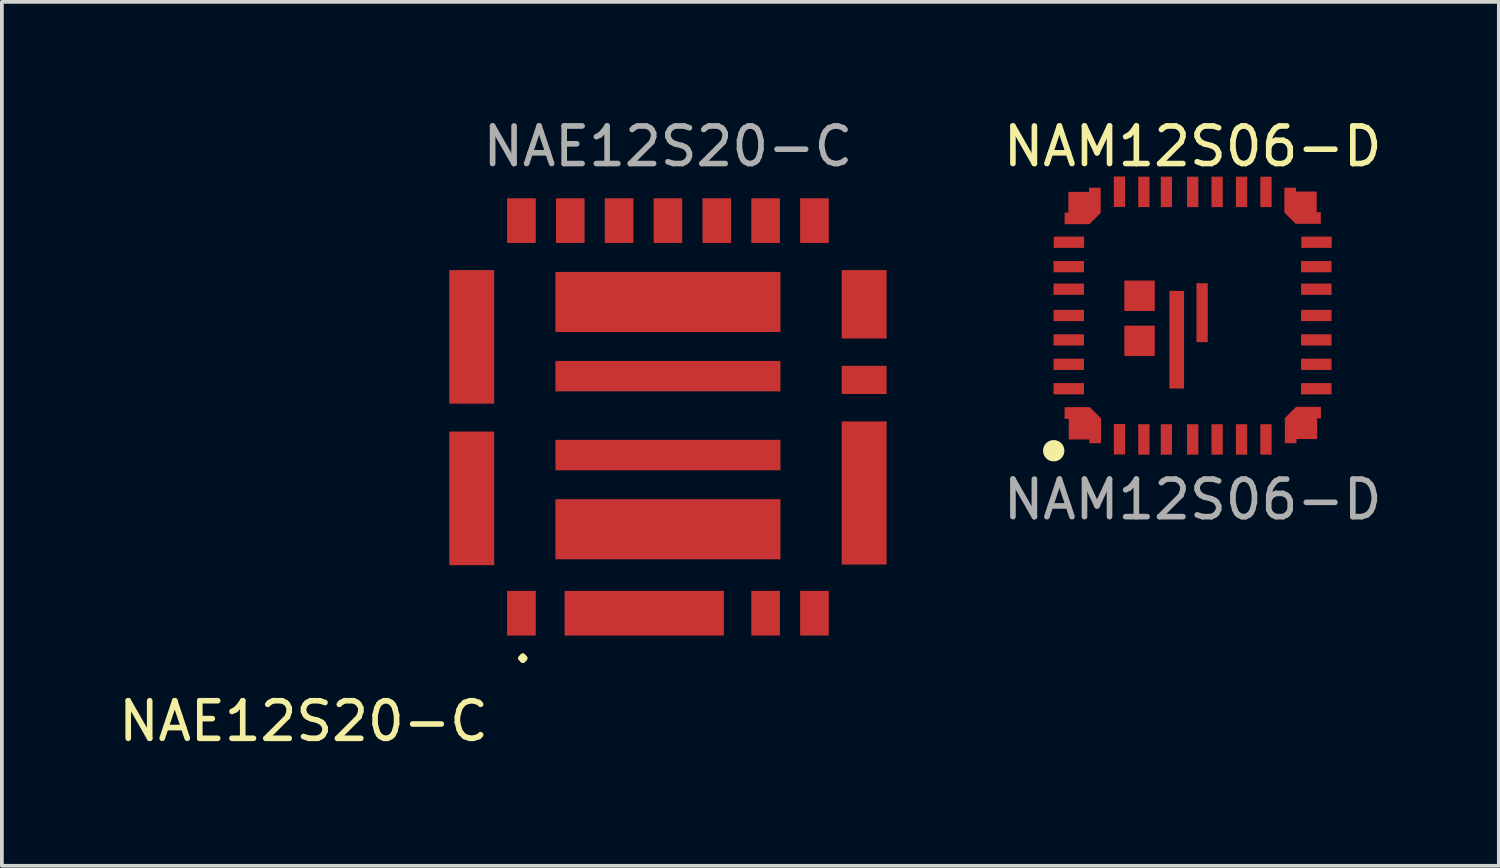
<source format=kicad_pcb>
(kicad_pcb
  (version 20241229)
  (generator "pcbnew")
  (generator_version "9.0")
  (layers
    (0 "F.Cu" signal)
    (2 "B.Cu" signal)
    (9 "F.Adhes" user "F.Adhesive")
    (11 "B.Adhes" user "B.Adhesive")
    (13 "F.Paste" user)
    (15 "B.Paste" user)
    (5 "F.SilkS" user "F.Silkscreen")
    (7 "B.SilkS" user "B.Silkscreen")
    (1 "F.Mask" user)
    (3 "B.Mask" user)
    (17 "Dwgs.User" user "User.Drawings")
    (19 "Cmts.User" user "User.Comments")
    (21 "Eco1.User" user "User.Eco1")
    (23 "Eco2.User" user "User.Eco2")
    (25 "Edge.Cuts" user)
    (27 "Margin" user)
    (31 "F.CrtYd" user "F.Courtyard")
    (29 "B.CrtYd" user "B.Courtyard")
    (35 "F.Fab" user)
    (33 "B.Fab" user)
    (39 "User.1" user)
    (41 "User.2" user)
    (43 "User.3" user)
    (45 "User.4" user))
  (footprint "NAE12S20-C"
    (layer "F.Cu")
    (at 14.73 8.048)
    (property "Reference" "NAE12S20-C" (at -9.7 8.1 0) (unlocked yes) (layer "F.SilkS") (effects (font (size 1 1) (thickness 0.15))))
    (attr smd)
    (fp_text user "." (at -4.2 6.6 0) (unlocked yes) (layer "F.SilkS") (effects (font (size 1 1) (thickness 0.15)) (justify left bottom)))
    (fp_text user "${REFERENCE}" (at 0 -7.2 0) (unlocked yes) (layer "F.Fab") (effects (font (size 1 1) (thickness 0.15))))
    (pad "1" smd rect (at -3.9 5.225) (size 0.762 1.19) (layers "F.Cu" "F.Mask" "F.Paste"))
    (pad "2" smd rect (at -0.631 5.225) (size 4.24 1.19) (layers "F.Cu" "F.Mask" "F.Paste"))
    (pad "3" smd rect (at 2.6 5.225) (size 0.762 1.19) (layers "F.Cu" "F.Mask" "F.Paste"))
    (pad "4" smd rect (at 3.9 5.225) (size 0.762 1.19) (layers "F.Cu" "F.Mask" "F.Paste"))
    (pad "5" smd rect (at 5.223 2.025) (size 1.195 3.81) (layers "F.Cu" "F.Mask" "F.Paste"))
    (pad "6" smd rect (at 5.223 -0.985) (size 1.195 0.751) (layers "F.Cu" "F.Mask" "F.Paste"))
    (pad "7" smd rect (at 5.223 -2.998) (size 1.195 1.82) (layers "F.Cu" "F.Mask" "F.Paste"))
    (pad "8" smd rect (at 3.9 -5.225) (size 0.762 1.19) (layers "F.Cu" "F.Mask" "F.Paste"))
    (pad "9" smd rect (at 2.6 -5.225) (size 0.762 1.19) (layers "F.Cu" "F.Mask" "F.Paste"))
    (pad "10" smd rect (at 1.3 -5.225) (size 0.762 1.19) (layers "F.Cu" "F.Mask" "F.Paste"))
    (pad "11" smd rect (at 0 -5.225) (size 0.762 1.19) (layers "F.Cu" "F.Mask" "F.Paste"))
    (pad "12" smd rect (at -1.3 -5.225) (size 0.762 1.19) (layers "F.Cu" "F.Mask" "F.Paste"))
    (pad "13" smd rect (at -2.6 -5.225) (size 0.762 1.19) (layers "F.Cu" "F.Mask" "F.Paste"))
    (pad "14" smd rect (at -3.9 -5.225) (size 0.762 1.19) (layers "F.Cu" "F.Mask" "F.Paste"))
    (pad "15" smd rect (at -5.223 -2.131) (size 1.195 3.556) (layers "F.Cu" "F.Mask" "F.Paste"))
    (pad "16" smd rect (at -5.223 2.168) (size 1.195 3.556) (layers "F.Cu" "F.Mask" "F.Paste"))
    (pad "17" smd rect (at 0 2.99) (size 5.99 1.6) (layers "F.Cu" "F.Mask" "F.Paste"))
    (pad "18" smd rect (at 0 1.015) (size 5.99 0.81) (layers "F.Cu" "F.Mask" "F.Paste"))
    (pad "19" smd rect (at 0 -1.085) (size 5.99 0.81) (layers "F.Cu" "F.Mask" "F.Paste"))
    (pad "20" smd rect (at 0 -3.06) (size 5.99 1.6) (layers "F.Cu" "F.Mask" "F.Paste")))
  (footprint "NAM12S06-D"
    (layer "F.Cu")
    (at 28.699 5.348)
    (property "Reference" "NAM12S06-D" (at 0 -4.5 0) (unlocked yes) (layer "F.SilkS") (effects (font (size 1 1) (thickness 0.15))))
    (attr smd)
    (fp_circle (center -3.7 3.6) (end -3.476 3.6) (stroke (width 0.12) (type solid)) (fill yes) (layer "F.SilkS"))
    (fp_text user "${REFERENCE}" (at 0 4.9 0) (unlocked yes) (layer "F.Fab") (effects (font (size 1 1) (thickness 0.15))))
    (pad "1" smd custom (at -2.925 2.87) (size 0.5 0.5) (layers "F.Cu" "F.Mask" "F.Paste") (options (anchor rect)) (primitives (gr_poly (pts (xy 0.485 0.53) (xy 0.485 -0.13) (xy 0.185 -0.43) (xy -0.485 -0.43) (xy -0.485 -0.12) (xy -0.375 -0.12) (xy -0.375 0.43) (xy 0.175 0.43) (xy 0.175 0.53)) (width 0) (fill yes))))
    (pad "2" smd rect (at -1.95 3.295) (size 0.3 0.81) (layers "F.Cu" "F.Mask" "F.Paste"))
    (pad "3" smd rect (at -1.3 3.3) (size 0.3 0.81) (layers "F.Cu" "F.Mask" "F.Paste"))
    (pad "4" smd rect (at -0.7 3.3) (size 0.3 0.81) (layers "F.Cu" "F.Mask" "F.Paste"))
    (pad "5" smd rect (at 0 3.3) (size 0.3 0.81) (layers "F.Cu" "F.Mask" "F.Paste"))
    (pad "6" smd rect (at 0.65 3.3) (size 0.3 0.81) (layers "F.Cu" "F.Mask" "F.Paste"))
    (pad "7" smd rect (at 1.3 3.3) (size 0.3 0.81) (layers "F.Cu" "F.Mask" "F.Paste"))
    (pad "8" smd rect (at 1.95 3.3) (size 0.3 0.81) (layers "F.Cu" "F.Mask" "F.Paste"))
    (pad "9" smd custom (at 2.883 2.915 90) (size 0.5 0.5) (layers "F.Cu" "F.Mask" "F.Paste") (options (anchor rect)) (primitives (gr_poly (pts (xy 0.485 0.53) (xy 0.485 -0.13) (xy 0.185 -0.43) (xy -0.485 -0.43) (xy -0.485 -0.12) (xy -0.375 -0.12) (xy -0.375 0.43) (xy 0.175 0.43) (xy 0.175 0.53)) (width 0) (fill yes))))
    (pad "11" smd rect (at 3.29 1.95 270) (size 0.3 0.81) (layers "F.Cu" "F.Mask" "F.Paste"))
    (pad "12" smd rect (at 3.29 1.3 270) (size 0.3 0.81) (layers "F.Cu" "F.Mask" "F.Paste"))
    (pad "13" smd rect (at 3.29 0.65 270) (size 0.3 0.81) (layers "F.Cu" "F.Mask" "F.Paste"))
    (pad "14" smd rect (at 3.29 0 270) (size 0.3 0.81) (layers "F.Cu" "F.Mask" "F.Paste"))
    (pad "15" smd rect (at 3.29 -0.7 270) (size 0.3 0.81) (layers "F.Cu" "F.Mask" "F.Paste"))
    (pad "16" smd rect (at 3.29 -1.3 270) (size 0.3 0.81) (layers "F.Cu" "F.Mask" "F.Paste"))
    (pad "17" smd rect (at 3.295 -1.95 270) (size 0.3 0.81) (layers "F.Cu" "F.Mask" "F.Paste"))
    (pad "18" smd custom (at 2.925 -2.87 180) (size 0.5 0.5) (layers "F.Cu" "F.Mask" "F.Paste") (options (anchor rect)) (primitives (gr_poly (pts (xy 0.485 0.53) (xy 0.485 -0.13) (xy 0.185 -0.43) (xy -0.485 -0.43) (xy -0.485 -0.12) (xy -0.375 -0.12) (xy -0.375 0.43) (xy 0.175 0.43) (xy 0.175 0.53)) (width 0) (fill yes))))
    (pad "20" smd rect (at 1.95 -3.29) (size 0.3 0.81) (layers "F.Cu" "F.Mask" "F.Paste"))
    (pad "21" smd rect (at 1.3 -3.29) (size 0.3 0.81) (layers "F.Cu" "F.Mask" "F.Paste"))
    (pad "22" smd rect (at 0.65 -3.29) (size 0.3 0.81) (layers "F.Cu" "F.Mask" "F.Paste"))
    (pad "23" smd rect (at 0 -3.29) (size 0.3 0.81) (layers "F.Cu" "F.Mask" "F.Paste"))
    (pad "24" smd rect (at -0.7 -3.29) (size 0.3 0.81) (layers "F.Cu" "F.Mask" "F.Paste"))
    (pad "25" smd rect (at -1.3 -3.29) (size 0.3 0.81) (layers "F.Cu" "F.Mask" "F.Paste"))
    (pad "26" smd rect (at -1.95 -3.295) (size 0.3 0.81) (layers "F.Cu" "F.Mask" "F.Paste"))
    (pad "27" smd custom (at -2.88 -2.915 270) (size 0.5 0.5) (layers "F.Cu" "F.Mask" "F.Paste") (options (anchor rect)) (primitives (gr_poly (pts (xy 0.485 0.53) (xy 0.485 -0.13) (xy 0.185 -0.43) (xy -0.485 -0.43) (xy -0.485 -0.12) (xy -0.375 -0.12) (xy -0.375 0.43) (xy 0.175 0.43) (xy 0.175 0.53)) (width 0) (fill yes))))
    (pad "29" smd rect (at -3.295 -1.95 270) (size 0.3 0.81) (layers "F.Cu" "F.Mask" "F.Paste"))
    (pad "30" smd rect (at -3.3 -1.3 270) (size 0.3 0.81) (layers "F.Cu" "F.Mask" "F.Paste"))
    (pad "31" smd rect (at -3.3 -0.7 270) (size 0.3 0.81) (layers "F.Cu" "F.Mask" "F.Paste"))
    (pad "32" smd rect (at -3.3 0 270) (size 0.3 0.81) (layers "F.Cu" "F.Mask" "F.Paste"))
    (pad "33" smd rect (at -3.3 0.65 270) (size 0.3 0.81) (layers "F.Cu" "F.Mask" "F.Paste"))
    (pad "34" smd rect (at -3.3 1.3 270) (size 0.3 0.81) (layers "F.Cu" "F.Mask" "F.Paste"))
    (pad "35" smd rect (at -3.3 1.95 270) (size 0.3 0.81) (layers "F.Cu" "F.Mask" "F.Paste"))
    (pad "37" smd rect (at -1.415 0.675) (size 0.81 0.81) (layers "F.Cu" "F.Mask" "F.Paste"))
    (pad "38" smd rect (at -1.415 -0.525) (size 0.81 0.81) (layers "F.Cu" "F.Mask" "F.Paste"))
    (pad "39" smd rect (at -0.425 0.645) (size 0.39 2.6) (layers "F.Cu" "F.Mask" "F.Paste"))
    (pad "40" smd rect (at 0.25 -0.075) (size 0.3 1.57) (layers "F.Cu" "F.Mask" "F.Paste")))
  (gr_rect
    (start -3 -3)
    (end 36.848 19.997)
    (stroke (width 0.1) (type default))
    (fill no)
    (layer "Edge.Cuts")))
</source>
